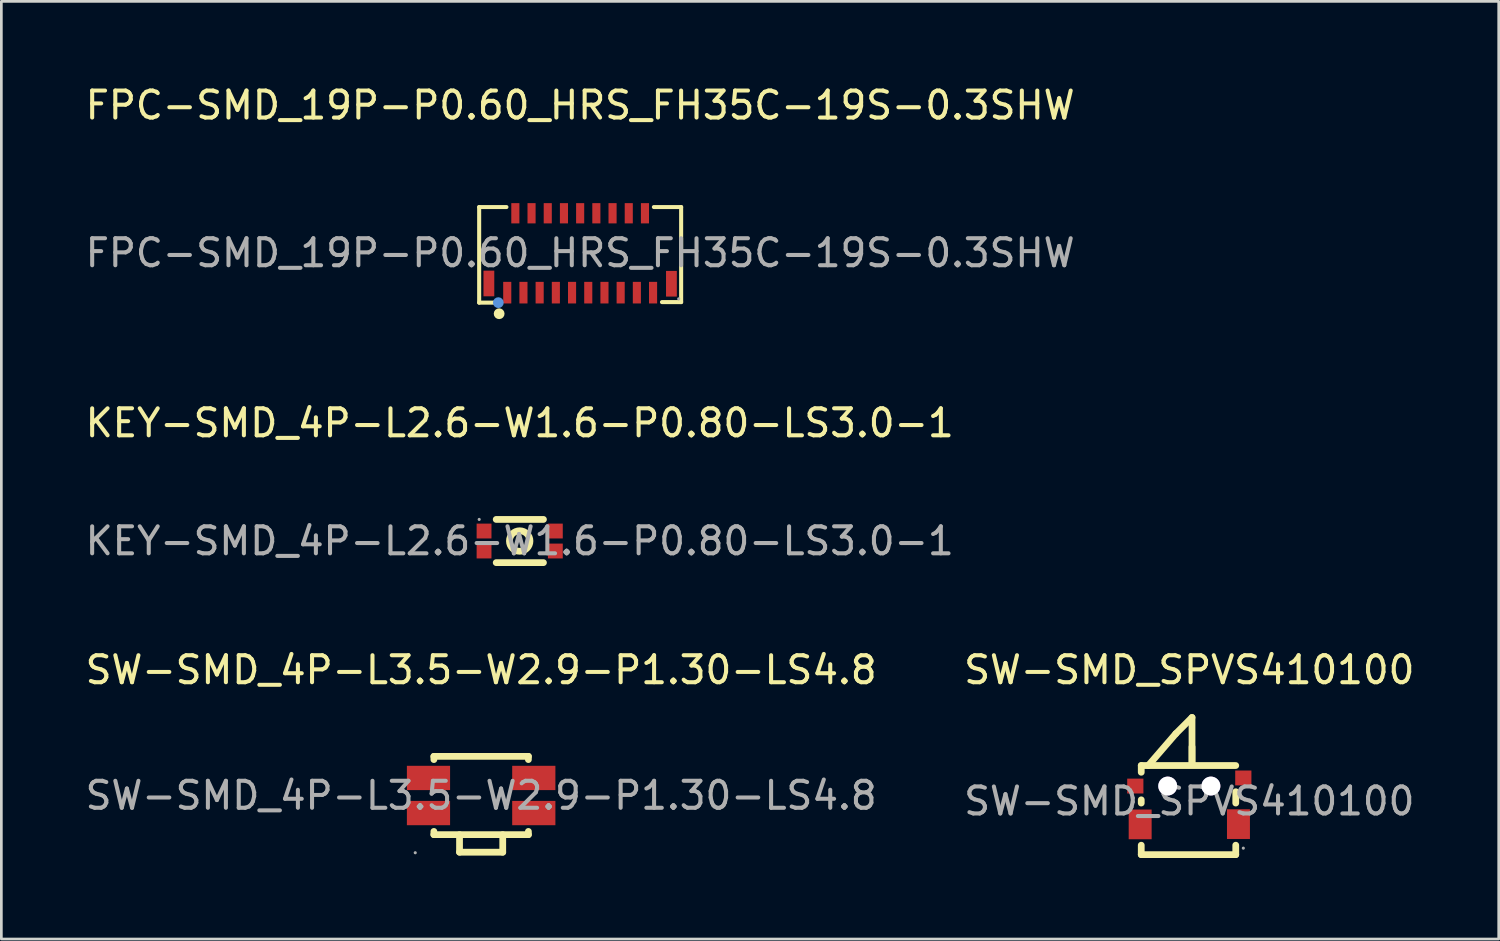
<source format=kicad_pcb>
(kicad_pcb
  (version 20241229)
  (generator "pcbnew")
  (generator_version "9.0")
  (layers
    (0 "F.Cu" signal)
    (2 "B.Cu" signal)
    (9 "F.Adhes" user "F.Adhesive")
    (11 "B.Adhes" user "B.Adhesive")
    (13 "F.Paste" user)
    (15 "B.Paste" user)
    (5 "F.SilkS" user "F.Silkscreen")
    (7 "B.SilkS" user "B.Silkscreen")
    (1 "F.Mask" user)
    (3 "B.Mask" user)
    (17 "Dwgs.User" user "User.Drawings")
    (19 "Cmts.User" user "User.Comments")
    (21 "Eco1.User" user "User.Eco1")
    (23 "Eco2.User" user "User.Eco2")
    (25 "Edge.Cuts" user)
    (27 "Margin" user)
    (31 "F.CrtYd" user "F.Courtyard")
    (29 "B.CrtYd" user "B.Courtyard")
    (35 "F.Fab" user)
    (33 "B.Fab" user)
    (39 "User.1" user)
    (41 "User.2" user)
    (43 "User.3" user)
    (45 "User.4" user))
  (footprint "KEY-SMD_4P-L2.6-W1.6-P0.80-LS3.0-1"
    (layer "F.Cu")
    (at 16.196 16.986)
    (property "Reference" "KEY-SMD_4P-L2.6-W1.6-P0.80-LS3.0-1" (at 0 -4.37 0) (layer "F.SilkS") (effects (font (size 1 1) (thickness 0.15))))
    (attr smd)
    (fp_line (start -0.87 -0.8) (end 0.88 -0.8) (stroke (width 0.25) (type solid)) (layer "F.SilkS"))
    (fp_line (start -0.87 0.8) (end 0.88 0.8) (stroke (width 0.25) (type solid)) (layer "F.SilkS"))
    (fp_circle (center 0 0) (end 0.38 0) (stroke (width 0.25) (type solid)) (fill no) (layer "F.SilkS"))
    (fp_circle (center -1.5 -0.8) (end -1.47 -0.8) (stroke (width 0.06) (type solid)) (fill no) (layer "F.Fab"))
    (fp_text user "${REFERENCE}" (at 0 0 0) (layer "F.Fab") (effects (font (size 1 1) (thickness 0.15))))
    (pad "1" smd rect (at -1.32 -0.37) (size 0.55 0.55) (layers "F.Cu" "F.Mask" "F.Paste"))
    (pad "2" smd rect (at 1.32 -0.37) (size 0.55 0.55) (layers "F.Cu" "F.Mask" "F.Paste"))
    (pad "3" smd rect (at -1.32 0.37) (size 0.55 0.55) (layers "F.Cu" "F.Mask" "F.Paste"))
    (pad "4" smd rect (at 1.32 0.37) (size 0.55 0.55) (layers "F.Cu" "F.Mask" "F.Paste")))
  (footprint "SW-SMD_4P-L3.5-W2.9-P1.30-LS4.8"
    (layer "F.Cu")
    (at 14.768 26.41)
    (property "Reference" "SW-SMD_4P-L3.5-W2.9-P1.30-LS4.8" (at 0 -4.65 0) (layer "F.SilkS") (effects (font (size 1 1) (thickness 0.15))))
    (attr smd)
    (fp_line (start -1.75 -1.45) (end -1.75 -1.33) (stroke (width 0.25) (type solid)) (layer "F.SilkS"))
    (fp_line (start -1.75 1.33) (end -1.75 1.45) (stroke (width 0.25) (type solid)) (layer "F.SilkS"))
    (fp_line (start -1.75 1.45) (end 1.75 1.45) (stroke (width 0.25) (type solid)) (layer "F.SilkS"))
    (fp_line (start -0.8 2.1) (end -0.8 1.45) (stroke (width 0.25) (type solid)) (layer "F.SilkS"))
    (fp_line (start -0.8 2.1) (end 0.8 2.1) (stroke (width 0.25) (type solid)) (layer "F.SilkS"))
    (fp_line (start 0.8 2.1) (end 0.8 1.45) (stroke (width 0.25) (type solid)) (layer "F.SilkS"))
    (fp_line (start 1.75 -1.45) (end -1.75 -1.45) (stroke (width 0.25) (type solid)) (layer "F.SilkS"))
    (fp_line (start 1.75 -1.45) (end 1.75 -1.33) (stroke (width 0.25) (type solid)) (layer "F.SilkS"))
    (fp_line (start 1.75 1.33) (end 1.75 1.45) (stroke (width 0.25) (type solid)) (layer "F.SilkS"))
    (fp_circle (center -2.44 2.12) (end -2.41 2.12) (stroke (width 0.06) (type solid)) (fill no) (layer "F.Fab"))
    (fp_text user "${REFERENCE}" (at 0 0 0) (layer "F.Fab") (effects (font (size 1 1) (thickness 0.15))))
    (pad "1" smd rect (at -1.95 0.65 90) (size 0.9 1.6) (layers "F.Cu" "F.Mask" "F.Paste"))
    (pad "2" smd rect (at 1.95 0.65 90) (size 0.9 1.6) (layers "F.Cu" "F.Mask" "F.Paste"))
    (pad "3" smd rect (at -1.95 -0.65 90) (size 0.9 1.6) (layers "F.Cu" "F.Mask" "F.Paste"))
    (pad "4" smd rect (at 1.95 -0.65 90) (size 0.9 1.6) (layers "F.Cu" "F.Mask" "F.Paste")))
  (footprint "SW-SMD_SPVS410100"
    (layer "F.Cu")
    (at 40.994 26.62)
    (property "Reference" "SW-SMD_SPVS410100" (at 0 -4.86 0) (layer "F.SilkS") (effects (font (size 1 1) (thickness 0.15))))
    (attr smd)
    (fp_line (start -1.78 -1.32) (end 1.72 -1.32) (stroke (width 0.25) (type solid)) (layer "F.SilkS"))
    (fp_line (start -1.78 -1.07) (end -1.78 -1.32) (stroke (width 0.25) (type solid)) (layer "F.SilkS"))
    (fp_line (start -1.78 0.07) (end -1.78 -0.05) (stroke (width 0.25) (type solid)) (layer "F.SilkS"))
    (fp_line (start -1.78 1.98) (end -1.78 1.63) (stroke (width 0.25) (type solid)) (layer "F.SilkS"))
    (fp_line (start -1.52 -1.32) (end -0.5 -2.5) (stroke (width 0.25) (type solid)) (layer "F.SilkS"))
    (fp_line (start -0.5 -2.5) (end 0.1 -3.1) (stroke (width 0.25) (type solid)) (layer "F.SilkS"))
    (fp_line (start 0.1 -3.1) (end 0.1 -1.38) (stroke (width 0.25) (type solid)) (layer "F.SilkS"))
    (fp_line (start 0.1 -1.38) (end 0.1 -2.01) (stroke (width 0.25) (type solid)) (layer "F.SilkS"))
    (fp_line (start 1.72 -0.35) (end 1.72 0.07) (stroke (width 0.25) (type solid)) (layer "F.SilkS"))
    (fp_line (start 1.72 1.63) (end 1.72 1.98) (stroke (width 0.25) (type solid)) (layer "F.SilkS"))
    (fp_line (start 1.72 1.98) (end -1.78 1.98) (stroke (width 0.25) (type solid)) (layer "F.SilkS"))
    (fp_circle (center -0.8 -0.56) (end -0.65 -0.56) (stroke (width 0.3) (type solid)) (fill no) (layer "Cmts.User"))
    (fp_circle (center 0.8 -0.56) (end 0.95 -0.56) (stroke (width 0.3) (type solid)) (fill no) (layer "Cmts.User"))
    (fp_circle (center 2 1.74) (end 2.03 1.74) (stroke (width 0.06) (type solid)) (fill no) (layer "F.Fab"))
    (fp_text user "${REFERENCE}" (at 0 0 0) (layer "F.Fab") (effects (font (size 1 1) (thickness 0.15))))
    (pad "" thru_hole circle (at -0.8 -0.56) (size 0.7 0.7) (drill 0.7) (layers "*.Cu" "*.Mask"))
    (pad "" thru_hole circle (at 0.8 -0.56) (size 0.7 0.7) (drill 0.7) (layers "*.Cu" "*.Mask"))
    (pad "1" smd rect (at 1.82 0.85) (size 0.85 1.1) (layers "F.Cu" "F.Mask" "F.Paste"))
    (pad "2" smd rect (at -1.82 0.86) (size 0.85 1.1) (layers "F.Cu" "F.Mask" "F.Paste"))
    (pad "3" smd rect (at 2 -0.86) (size 0.6 0.55) (layers "F.Cu" "F.Mask" "F.Paste"))
    (pad "4" smd rect (at -2 -0.56) (size 0.6 0.55) (layers "F.Cu" "F.Mask" "F.Paste")))
  (footprint "FPC-SMD_19P-P0.60_HRS_FH35C-19S-0.3SHW"
    (layer "F.Cu")
    (at 18.435 6.318)
    (property "Reference" "FPC-SMD_19P-P0.60_HRS_FH35C-19S-0.3SHW" (at 0 -5.47 0) (layer "F.SilkS") (effects (font (size 1 1) (thickness 0.15))))
    (attr smd)
    (fp_line (start -3.74 -1.7) (end -2.73 -1.7) (stroke (width 0.15) (type solid)) (layer "F.SilkS"))
    (fp_line (start -3.74 1.84) (end -3.74 -1.7) (stroke (width 0.15) (type solid)) (layer "F.SilkS"))
    (fp_line (start -3.74 1.84) (end -3.03 1.84) (stroke (width 0.15) (type solid)) (layer "F.SilkS"))
    (fp_line (start 3.74 -1.7) (end 2.73 -1.7) (stroke (width 0.15) (type solid)) (layer "F.SilkS"))
    (fp_line (start 3.74 -1.7) (end 3.74 1.82) (stroke (width 0.15) (type solid)) (layer "F.SilkS"))
    (fp_line (start 3.74 1.82) (end 3.03 1.82) (stroke (width 0.15) (type solid)) (layer "F.SilkS"))
    (fp_circle (center -3 2.25) (end -2.9 2.25) (stroke (width 0.2) (type solid)) (fill no) (layer "F.SilkS"))
    (fp_circle (center -3.03 1.84) (end -2.93 1.84) (stroke (width 0.2) (type solid)) (fill no) (layer "Cmts.User"))
    (fp_circle (center 3.65 1.7) (end 3.68 1.7) (stroke (width 0.06) (type solid)) (fill no) (layer "F.Fab"))
    (fp_text user "${REFERENCE}" (at 0 0 0) (layer "F.Fab") (effects (font (size 1 1) (thickness 0.15))))
    (pad "1" smd rect (at -2.7 1.47 180) (size 0.3 0.8) (layers "F.Cu" "F.Mask" "F.Paste"))
    (pad "2" smd rect (at -2.4 -1.47 180) (size 0.3 0.75) (layers "F.Cu" "F.Mask" "F.Paste"))
    (pad "3" smd rect (at -2.1 1.47 180) (size 0.3 0.8) (layers "F.Cu" "F.Mask" "F.Paste"))
    (pad "4" smd rect (at -1.8 -1.47 180) (size 0.3 0.75) (layers "F.Cu" "F.Mask" "F.Paste"))
    (pad "5" smd rect (at -1.5 1.47 180) (size 0.3 0.8) (layers "F.Cu" "F.Mask" "F.Paste"))
    (pad "6" smd rect (at -1.2 -1.47 180) (size 0.3 0.75) (layers "F.Cu" "F.Mask" "F.Paste"))
    (pad "7" smd rect (at -0.9 1.47 180) (size 0.3 0.8) (layers "F.Cu" "F.Mask" "F.Paste"))
    (pad "8" smd rect (at -0.6 -1.47 180) (size 0.3 0.75) (layers "F.Cu" "F.Mask" "F.Paste"))
    (pad "9" smd rect (at -0.3 1.47 180) (size 0.3 0.8) (layers "F.Cu" "F.Mask" "F.Paste"))
    (pad "10" smd rect (at 0 -1.47 180) (size 0.3 0.75) (layers "F.Cu" "F.Mask" "F.Paste"))
    (pad "11" smd rect (at 0.3 1.47 180) (size 0.3 0.8) (layers "F.Cu" "F.Mask" "F.Paste"))
    (pad "12" smd rect (at 0.6 -1.47 180) (size 0.3 0.75) (layers "F.Cu" "F.Mask" "F.Paste"))
    (pad "13" smd rect (at 0.9 1.47 180) (size 0.3 0.8) (layers "F.Cu" "F.Mask" "F.Paste"))
    (pad "14" smd rect (at 1.2 -1.47 180) (size 0.3 0.75) (layers "F.Cu" "F.Mask" "F.Paste"))
    (pad "15" smd rect (at 1.5 1.47 180) (size 0.3 0.8) (layers "F.Cu" "F.Mask" "F.Paste"))
    (pad "16" smd rect (at 1.8 -1.47 180) (size 0.3 0.75) (layers "F.Cu" "F.Mask" "F.Paste"))
    (pad "17" smd rect (at 2.1 1.47 180) (size 0.3 0.8) (layers "F.Cu" "F.Mask" "F.Paste"))
    (pad "18" smd rect (at 2.4 -1.47 180) (size 0.3 0.75) (layers "F.Cu" "F.Mask" "F.Paste"))
    (pad "19" smd rect (at 2.7 1.47 180) (size 0.3 0.8) (layers "F.Cu" "F.Mask" "F.Paste"))
    (pad "20" smd rect (at -3.38 1.13 180) (size 0.4 0.95) (layers "F.Cu" "F.Mask" "F.Paste"))
    (pad "21" smd rect (at 3.38 1.14 180) (size 0.4 0.95) (layers "F.Cu" "F.Mask" "F.Paste")))
  (gr_rect
    (start -3 -3)
    (end 52.452 31.725)
    (stroke (width 0.1) (type default))
    (fill no)
    (layer "Edge.Cuts")))
</source>
